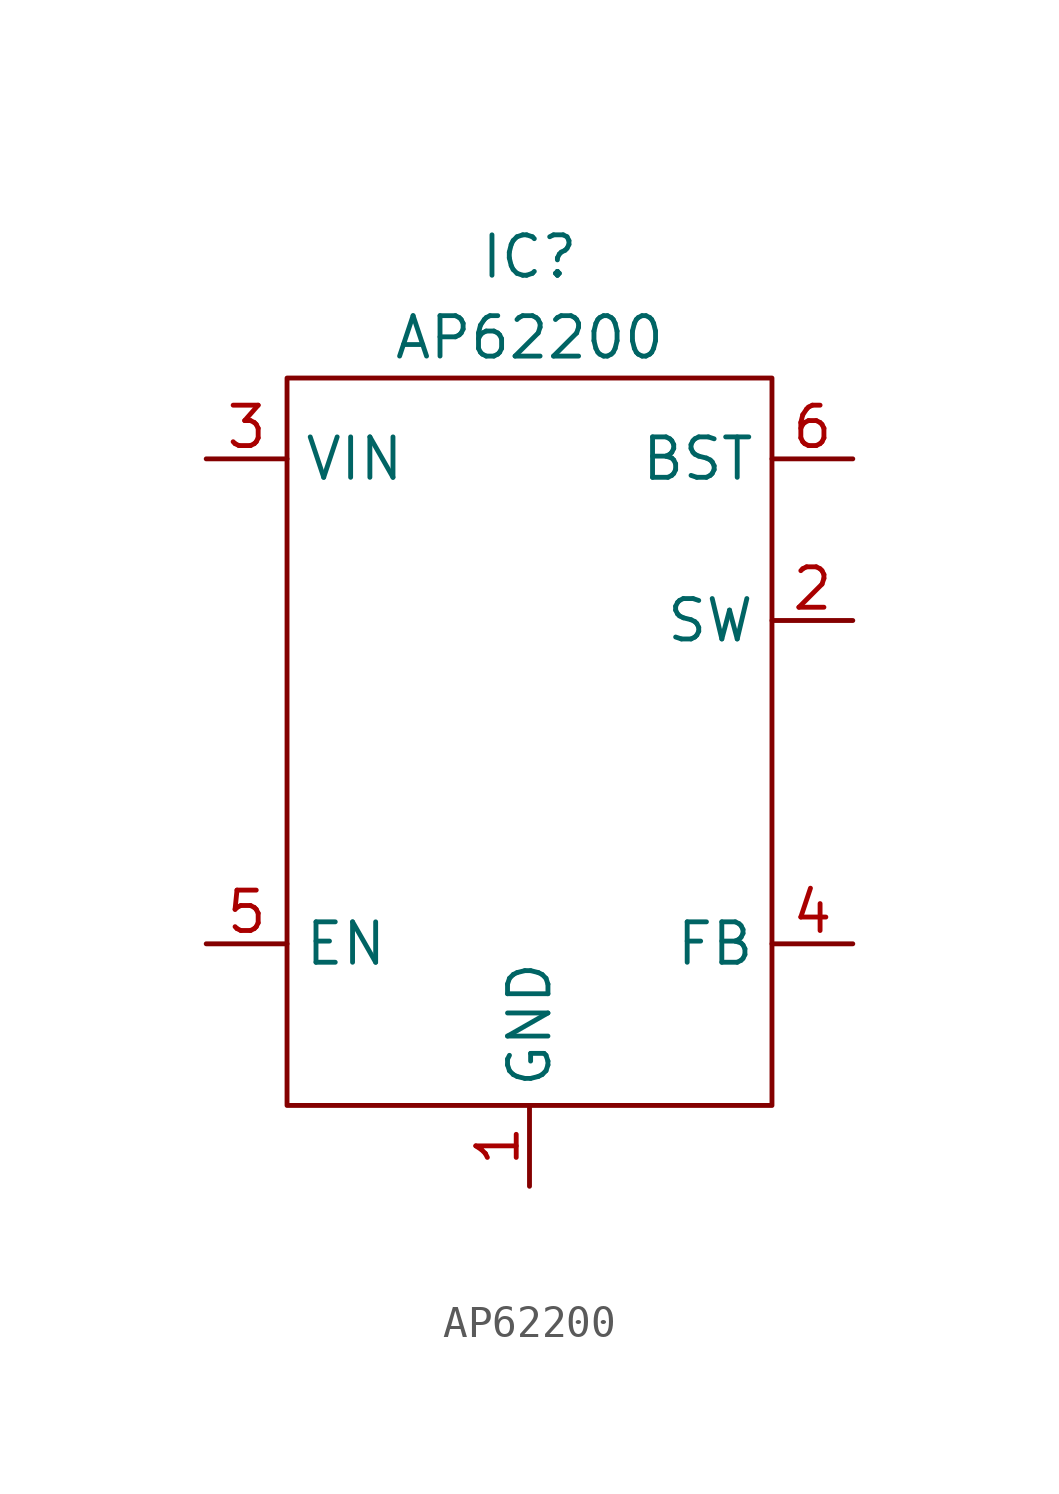
<source format=kicad_sym>
(kicad_symbol_lib
  (version 20241209)
  (generator "kicad_symbol_editor")
  (generator_version "9.0")
  (symbol "AP62200"
    (property "Reference" "IC"
      (at 0 3.81 0)
      (effects (font (size 1.27 1.27))))
    (property "Value" "AP62200"
      (at 0 1.27 0)
      (effects (font (size 1.27 1.27))))
    (symbol "AP62200_0_0"
      (pin power_in line (at -10.16 -2.54 0) (length 2.54) (name "VIN" (effects (font (size 1.27 1.27)))) (number "3" (effects (font (size 1.27 1.27)))))
      (pin input line (at -10.16 -17.78 0) (length 2.54) (name "EN" (effects (font (size 1.27 1.27)))) (number "5" (effects (font (size 1.27 1.27)))))
      (pin power_in line (at 0 -25.4 90) (length 2.54) (name "GND" (effects (font (size 1.27 1.27)))) (number "1" (effects (font (size 1.27 1.27)))))
      (pin input line (at 10.16 -2.54 180) (length 2.54) (name "BST" (effects (font (size 1.27 1.27)))) (number "6" (effects (font (size 1.27 1.27)))))
      (pin output line (at 10.16 -7.62 180) (length 2.54) (name "SW" (effects (font (size 1.27 1.27)))) (number "2" (effects (font (size 1.27 1.27)))))
      (pin input line (at 10.16 -17.78 180) (length 2.54) (name "FB" (effects (font (size 1.27 1.27)))) (number "4" (effects (font (size 1.27 1.27))))))
    (symbol "AP62200_0_1"
      (rectangle (start -7.62 0) (end 7.62 -22.86) (stroke (width 0) (type default)) (fill (type none))))))
</source>
